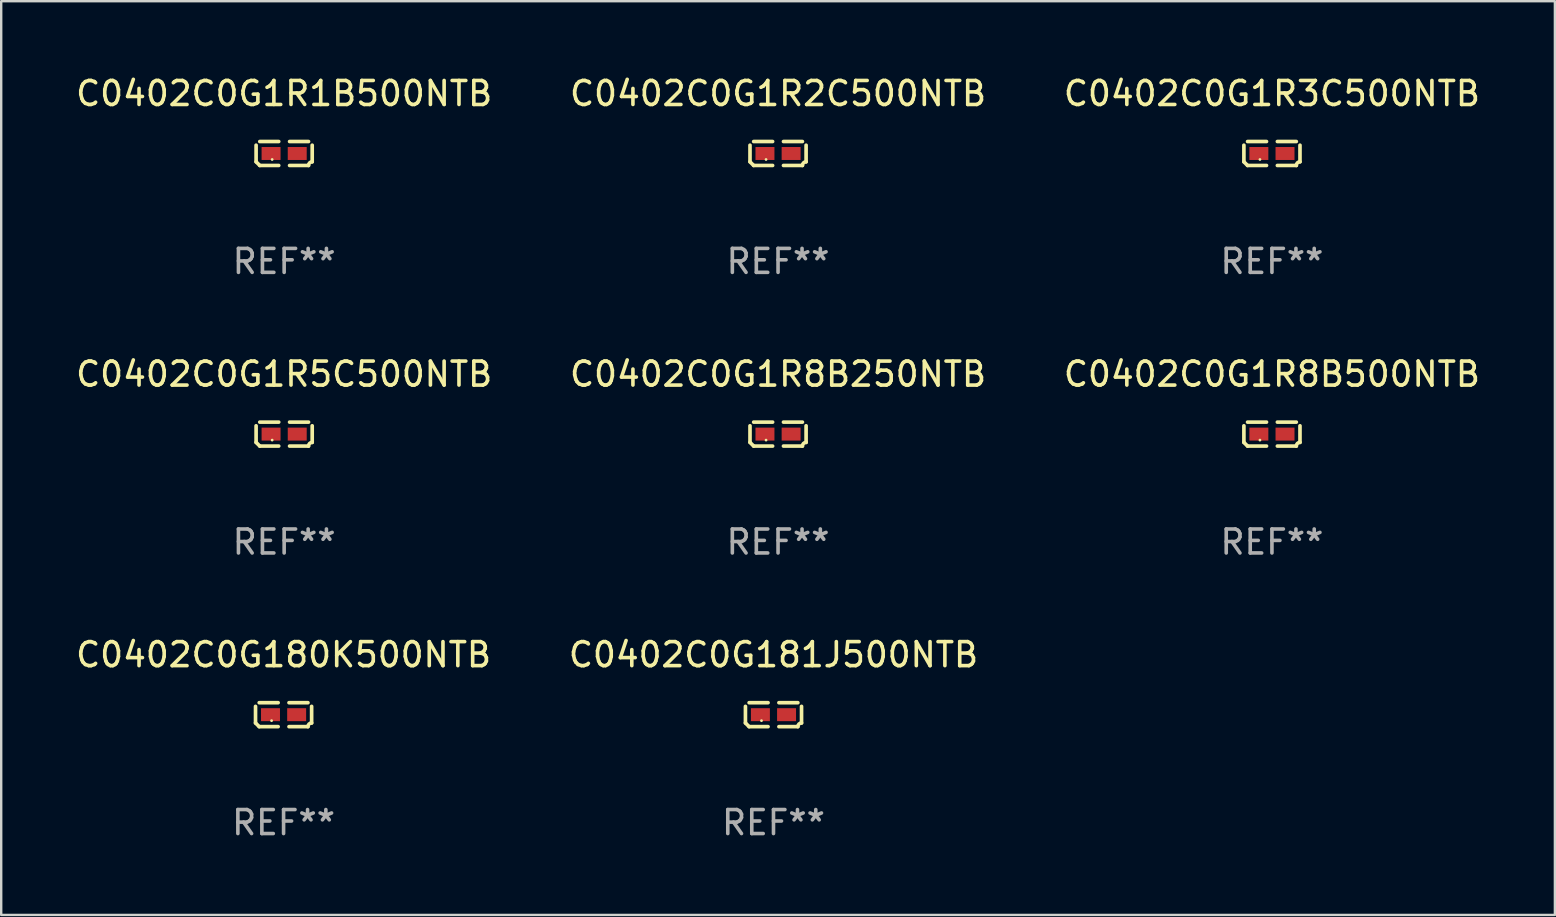
<source format=kicad_pcb>
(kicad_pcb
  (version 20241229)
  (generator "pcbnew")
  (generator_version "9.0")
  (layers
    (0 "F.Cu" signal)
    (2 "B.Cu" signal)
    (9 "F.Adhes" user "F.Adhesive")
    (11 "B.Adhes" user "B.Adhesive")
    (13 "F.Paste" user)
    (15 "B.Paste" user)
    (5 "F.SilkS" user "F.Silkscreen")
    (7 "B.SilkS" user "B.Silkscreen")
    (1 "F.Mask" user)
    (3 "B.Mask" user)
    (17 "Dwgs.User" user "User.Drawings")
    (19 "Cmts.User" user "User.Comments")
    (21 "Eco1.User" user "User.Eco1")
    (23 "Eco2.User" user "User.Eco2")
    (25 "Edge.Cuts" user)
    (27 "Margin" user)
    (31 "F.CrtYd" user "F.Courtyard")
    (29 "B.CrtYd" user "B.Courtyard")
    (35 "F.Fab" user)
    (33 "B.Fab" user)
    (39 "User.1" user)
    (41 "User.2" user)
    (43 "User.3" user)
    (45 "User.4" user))
  (footprint "C0402C0G1R3C500NTB"
    (layer "F.Cu")
    (at 49.958 3.347)
    (property "Reference" "C0402C0G1R3C500NTB" (at 0 -2.499 0) (layer "F.SilkS") (effects (font (size 1 1) (thickness 0.15))))
    (attr through_hole)
    (fp_line (start -1.169 0.346) (end -1.169 -0.346) (stroke (width 0.152) (type solid)) (layer "F.SilkS"))
    (fp_line (start -1.016 -0.499) (end -0.226 -0.499) (stroke (width 0.152) (type solid)) (layer "F.SilkS"))
    (fp_line (start -0.226 0.499) (end -1.016 0.499) (stroke (width 0.152) (type solid)) (layer "F.SilkS"))
    (fp_line (start 0.226 0.499) (end 1.016 0.499) (stroke (width 0.152) (type solid)) (layer "F.SilkS"))
    (fp_line (start 1.016 -0.499) (end 0.226 -0.499) (stroke (width 0.152) (type solid)) (layer "F.SilkS"))
    (fp_line (start 1.169 0.346) (end 1.169 -0.346) (stroke (width 0.152) (type solid)) (layer "F.SilkS"))
    (fp_arc (start -1.016307 0.498603) (mid -1.092512 0.422405) (end -1.16871 0.3462) (stroke (width 0.1524) (type solid)) (layer "F.SilkS"))
    (fp_arc (start 1.016307 0.498603) (mid 1.060899 0.390758) (end 1.168707 0.346076) (stroke (width 0.1524) (type solid)) (layer "F.SilkS"))
    (fp_circle (center -0.5 0.25) (end -0.47 0.25) (stroke (width 0.06) (type solid)) (fill no) (layer "F.SilkS"))
    (fp_text user "REF**" (at 0 4.499 0) (layer "F.Fab") (effects (font (size 1 1) (thickness 0.15))))
    (pad "1" smd rect (at -0.545 0) (size 0.79 0.54) (layers "F.Cu" "F.Mask" "F.Paste"))
    (pad "2" smd rect (at 0.545 0) (size 0.79 0.54) (layers "F.Cu" "F.Mask" "F.Paste")))
  (footprint "C0402C0G1R2C500NTB"
    (layer "F.Cu")
    (at 29.375 3.347)
    (property "Reference" "C0402C0G1R2C500NTB" (at 0 -2.499 0) (layer "F.SilkS") (effects (font (size 1 1) (thickness 0.15))))
    (attr through_hole)
    (fp_line (start -1.169 0.346) (end -1.169 -0.346) (stroke (width 0.152) (type solid)) (layer "F.SilkS"))
    (fp_line (start -1.016 -0.499) (end -0.226 -0.499) (stroke (width 0.152) (type solid)) (layer "F.SilkS"))
    (fp_line (start -0.226 0.499) (end -1.016 0.499) (stroke (width 0.152) (type solid)) (layer "F.SilkS"))
    (fp_line (start 0.226 0.499) (end 1.016 0.499) (stroke (width 0.152) (type solid)) (layer "F.SilkS"))
    (fp_line (start 1.016 -0.499) (end 0.226 -0.499) (stroke (width 0.152) (type solid)) (layer "F.SilkS"))
    (fp_line (start 1.169 0.346) (end 1.169 -0.346) (stroke (width 0.152) (type solid)) (layer "F.SilkS"))
    (fp_arc (start -1.016307 0.498603) (mid -1.092512 0.422405) (end -1.16871 0.3462) (stroke (width 0.1524) (type solid)) (layer "F.SilkS"))
    (fp_arc (start 1.016307 0.498603) (mid 1.060899 0.390758) (end 1.168707 0.346076) (stroke (width 0.1524) (type solid)) (layer "F.SilkS"))
    (fp_circle (center -0.5 0.25) (end -0.47 0.25) (stroke (width 0.06) (type solid)) (fill no) (layer "F.SilkS"))
    (fp_text user "REF**" (at 0 4.499 0) (layer "F.Fab") (effects (font (size 1 1) (thickness 0.15))))
    (pad "1" smd rect (at -0.545 0) (size 0.79 0.54) (layers "F.Cu" "F.Mask" "F.Paste"))
    (pad "2" smd rect (at 0.545 0) (size 0.79 0.54) (layers "F.Cu" "F.Mask" "F.Paste")))
  (footprint "C0402C0G1R5C500NTB"
    (layer "F.Cu")
    (at 8.792 15.041)
    (property "Reference" "C0402C0G1R5C500NTB" (at 0 -2.499 0) (layer "F.SilkS") (effects (font (size 1 1) (thickness 0.15))))
    (attr through_hole)
    (fp_line (start -1.169 0.346) (end -1.169 -0.346) (stroke (width 0.152) (type solid)) (layer "F.SilkS"))
    (fp_line (start -1.016 -0.499) (end -0.226 -0.499) (stroke (width 0.152) (type solid)) (layer "F.SilkS"))
    (fp_line (start -0.226 0.499) (end -1.016 0.499) (stroke (width 0.152) (type solid)) (layer "F.SilkS"))
    (fp_line (start 0.226 0.499) (end 1.016 0.499) (stroke (width 0.152) (type solid)) (layer "F.SilkS"))
    (fp_line (start 1.016 -0.499) (end 0.226 -0.499) (stroke (width 0.152) (type solid)) (layer "F.SilkS"))
    (fp_line (start 1.169 0.346) (end 1.169 -0.346) (stroke (width 0.152) (type solid)) (layer "F.SilkS"))
    (fp_arc (start -1.016307 0.498603) (mid -1.092512 0.422405) (end -1.16871 0.3462) (stroke (width 0.1524) (type solid)) (layer "F.SilkS"))
    (fp_arc (start 1.016307 0.498603) (mid 1.060899 0.390758) (end 1.168707 0.346076) (stroke (width 0.1524) (type solid)) (layer "F.SilkS"))
    (fp_circle (center -0.5 0.25) (end -0.47 0.25) (stroke (width 0.06) (type solid)) (fill no) (layer "F.SilkS"))
    (fp_text user "REF**" (at 0 4.499 0) (layer "F.Fab") (effects (font (size 1 1) (thickness 0.15))))
    (pad "1" smd rect (at -0.545 0) (size 0.79 0.54) (layers "F.Cu" "F.Mask" "F.Paste"))
    (pad "2" smd rect (at 0.545 0) (size 0.79 0.54) (layers "F.Cu" "F.Mask" "F.Paste")))
  (footprint "C0402C0G181J500NTB"
    (layer "F.Cu")
    (at 29.185 26.734)
    (property "Reference" "C0402C0G181J500NTB" (at 0 -2.499 0) (layer "F.SilkS") (effects (font (size 1 1) (thickness 0.15))))
    (attr through_hole)
    (fp_line (start -1.169 0.346) (end -1.169 -0.346) (stroke (width 0.152) (type solid)) (layer "F.SilkS"))
    (fp_line (start -1.016 -0.499) (end -0.226 -0.499) (stroke (width 0.152) (type solid)) (layer "F.SilkS"))
    (fp_line (start -0.226 0.499) (end -1.016 0.499) (stroke (width 0.152) (type solid)) (layer "F.SilkS"))
    (fp_line (start 0.226 0.499) (end 1.016 0.499) (stroke (width 0.152) (type solid)) (layer "F.SilkS"))
    (fp_line (start 1.016 -0.499) (end 0.226 -0.499) (stroke (width 0.152) (type solid)) (layer "F.SilkS"))
    (fp_line (start 1.169 0.346) (end 1.169 -0.346) (stroke (width 0.152) (type solid)) (layer "F.SilkS"))
    (fp_arc (start -1.016307 0.498603) (mid -1.092512 0.422405) (end -1.16871 0.3462) (stroke (width 0.1524) (type solid)) (layer "F.SilkS"))
    (fp_arc (start 1.016307 0.498603) (mid 1.060899 0.390758) (end 1.168707 0.346076) (stroke (width 0.1524) (type solid)) (layer "F.SilkS"))
    (fp_circle (center -0.5 0.25) (end -0.47 0.25) (stroke (width 0.06) (type solid)) (fill no) (layer "F.SilkS"))
    (fp_text user "REF**" (at 0 4.499 0) (layer "F.Fab") (effects (font (size 1 1) (thickness 0.15))))
    (pad "1" smd rect (at -0.545 0) (size 0.79 0.54) (layers "F.Cu" "F.Mask" "F.Paste"))
    (pad "2" smd rect (at 0.545 0) (size 0.79 0.54) (layers "F.Cu" "F.Mask" "F.Paste")))
  (footprint "C0402C0G180K500NTB"
    (layer "F.Cu")
    (at 8.768 26.734)
    (property "Reference" "C0402C0G180K500NTB" (at 0 -2.499 0) (layer "F.SilkS") (effects (font (size 1 1) (thickness 0.15))))
    (attr through_hole)
    (fp_line (start -1.169 0.346) (end -1.169 -0.346) (stroke (width 0.152) (type solid)) (layer "F.SilkS"))
    (fp_line (start -1.016 -0.499) (end -0.226 -0.499) (stroke (width 0.152) (type solid)) (layer "F.SilkS"))
    (fp_line (start -0.226 0.499) (end -1.016 0.499) (stroke (width 0.152) (type solid)) (layer "F.SilkS"))
    (fp_line (start 0.226 0.499) (end 1.016 0.499) (stroke (width 0.152) (type solid)) (layer "F.SilkS"))
    (fp_line (start 1.016 -0.499) (end 0.226 -0.499) (stroke (width 0.152) (type solid)) (layer "F.SilkS"))
    (fp_line (start 1.169 0.346) (end 1.169 -0.346) (stroke (width 0.152) (type solid)) (layer "F.SilkS"))
    (fp_arc (start -1.016307 0.498603) (mid -1.092512 0.422405) (end -1.16871 0.3462) (stroke (width 0.1524) (type solid)) (layer "F.SilkS"))
    (fp_arc (start 1.016307 0.498603) (mid 1.060899 0.390758) (end 1.168707 0.346076) (stroke (width 0.1524) (type solid)) (layer "F.SilkS"))
    (fp_circle (center -0.5 0.25) (end -0.47 0.25) (stroke (width 0.06) (type solid)) (fill no) (layer "F.SilkS"))
    (fp_text user "REF**" (at 0 4.499 0) (layer "F.Fab") (effects (font (size 1 1) (thickness 0.15))))
    (pad "1" smd rect (at -0.545 0) (size 0.79 0.54) (layers "F.Cu" "F.Mask" "F.Paste"))
    (pad "2" smd rect (at 0.545 0) (size 0.79 0.54) (layers "F.Cu" "F.Mask" "F.Paste")))
  (footprint "C0402C0G1R1B500NTB"
    (layer "F.Cu")
    (at 8.792 3.347)
    (property "Reference" "C0402C0G1R1B500NTB" (at 0 -2.499 0) (layer "F.SilkS") (effects (font (size 1 1) (thickness 0.15))))
    (attr through_hole)
    (fp_line (start -1.169 0.346) (end -1.169 -0.346) (stroke (width 0.152) (type solid)) (layer "F.SilkS"))
    (fp_line (start -1.016 -0.499) (end -0.226 -0.499) (stroke (width 0.152) (type solid)) (layer "F.SilkS"))
    (fp_line (start -0.226 0.499) (end -1.016 0.499) (stroke (width 0.152) (type solid)) (layer "F.SilkS"))
    (fp_line (start 0.226 0.499) (end 1.016 0.499) (stroke (width 0.152) (type solid)) (layer "F.SilkS"))
    (fp_line (start 1.016 -0.499) (end 0.226 -0.499) (stroke (width 0.152) (type solid)) (layer "F.SilkS"))
    (fp_line (start 1.169 0.346) (end 1.169 -0.346) (stroke (width 0.152) (type solid)) (layer "F.SilkS"))
    (fp_arc (start -1.016307 0.498603) (mid -1.092512 0.422405) (end -1.16871 0.3462) (stroke (width 0.1524) (type solid)) (layer "F.SilkS"))
    (fp_arc (start 1.016307 0.498603) (mid 1.060899 0.390758) (end 1.168707 0.346076) (stroke (width 0.1524) (type solid)) (layer "F.SilkS"))
    (fp_circle (center -0.5 0.25) (end -0.47 0.25) (stroke (width 0.06) (type solid)) (fill no) (layer "F.SilkS"))
    (fp_text user "REF**" (at 0 4.499 0) (layer "F.Fab") (effects (font (size 1 1) (thickness 0.15))))
    (pad "1" smd rect (at -0.545 0) (size 0.79 0.54) (layers "F.Cu" "F.Mask" "F.Paste"))
    (pad "2" smd rect (at 0.545 0) (size 0.79 0.54) (layers "F.Cu" "F.Mask" "F.Paste")))
  (footprint "C0402C0G1R8B500NTB"
    (layer "F.Cu")
    (at 49.958 15.041)
    (property "Reference" "C0402C0G1R8B500NTB" (at 0 -2.499 0) (layer "F.SilkS") (effects (font (size 1 1) (thickness 0.15))))
    (attr through_hole)
    (fp_line (start -1.169 0.346) (end -1.169 -0.346) (stroke (width 0.152) (type solid)) (layer "F.SilkS"))
    (fp_line (start -1.016 -0.499) (end -0.226 -0.499) (stroke (width 0.152) (type solid)) (layer "F.SilkS"))
    (fp_line (start -0.226 0.499) (end -1.016 0.499) (stroke (width 0.152) (type solid)) (layer "F.SilkS"))
    (fp_line (start 0.226 0.499) (end 1.016 0.499) (stroke (width 0.152) (type solid)) (layer "F.SilkS"))
    (fp_line (start 1.016 -0.499) (end 0.226 -0.499) (stroke (width 0.152) (type solid)) (layer "F.SilkS"))
    (fp_line (start 1.169 0.346) (end 1.169 -0.346) (stroke (width 0.152) (type solid)) (layer "F.SilkS"))
    (fp_arc (start -1.016307 0.498603) (mid -1.092512 0.422405) (end -1.16871 0.3462) (stroke (width 0.1524) (type solid)) (layer "F.SilkS"))
    (fp_arc (start 1.016307 0.498603) (mid 1.060899 0.390758) (end 1.168707 0.346076) (stroke (width 0.1524) (type solid)) (layer "F.SilkS"))
    (fp_circle (center -0.5 0.25) (end -0.47 0.25) (stroke (width 0.06) (type solid)) (fill no) (layer "F.SilkS"))
    (fp_text user "REF**" (at 0 4.499 0) (layer "F.Fab") (effects (font (size 1 1) (thickness 0.15))))
    (pad "1" smd rect (at -0.545 0) (size 0.79 0.54) (layers "F.Cu" "F.Mask" "F.Paste"))
    (pad "2" smd rect (at 0.545 0) (size 0.79 0.54) (layers "F.Cu" "F.Mask" "F.Paste")))
  (footprint "C0402C0G1R8B250NTB"
    (layer "F.Cu")
    (at 29.375 15.041)
    (property "Reference" "C0402C0G1R8B250NTB" (at 0 -2.499 0) (layer "F.SilkS") (effects (font (size 1 1) (thickness 0.15))))
    (attr through_hole)
    (fp_line (start -1.169 0.346) (end -1.169 -0.346) (stroke (width 0.152) (type solid)) (layer "F.SilkS"))
    (fp_line (start -1.016 -0.499) (end -0.226 -0.499) (stroke (width 0.152) (type solid)) (layer "F.SilkS"))
    (fp_line (start -0.226 0.499) (end -1.016 0.499) (stroke (width 0.152) (type solid)) (layer "F.SilkS"))
    (fp_line (start 0.226 0.499) (end 1.016 0.499) (stroke (width 0.152) (type solid)) (layer "F.SilkS"))
    (fp_line (start 1.016 -0.499) (end 0.226 -0.499) (stroke (width 0.152) (type solid)) (layer "F.SilkS"))
    (fp_line (start 1.169 0.346) (end 1.169 -0.346) (stroke (width 0.152) (type solid)) (layer "F.SilkS"))
    (fp_arc (start -1.016307 0.498603) (mid -1.092512 0.422405) (end -1.16871 0.3462) (stroke (width 0.1524) (type solid)) (layer "F.SilkS"))
    (fp_arc (start 1.016307 0.498603) (mid 1.060899 0.390758) (end 1.168707 0.346076) (stroke (width 0.1524) (type solid)) (layer "F.SilkS"))
    (fp_circle (center -0.5 0.25) (end -0.47 0.25) (stroke (width 0.06) (type solid)) (fill no) (layer "F.SilkS"))
    (fp_text user "REF**" (at 0 4.499 0) (layer "F.Fab") (effects (font (size 1 1) (thickness 0.15))))
    (pad "1" smd rect (at -0.545 0) (size 0.79 0.54) (layers "F.Cu" "F.Mask" "F.Paste"))
    (pad "2" smd rect (at 0.545 0) (size 0.79 0.54) (layers "F.Cu" "F.Mask" "F.Paste")))
  (gr_rect
    (start -3 -3)
    (end 61.75 35.081)
    (stroke (width 0.1) (type default))
    (fill no)
    (layer "Edge.Cuts")))
</source>
